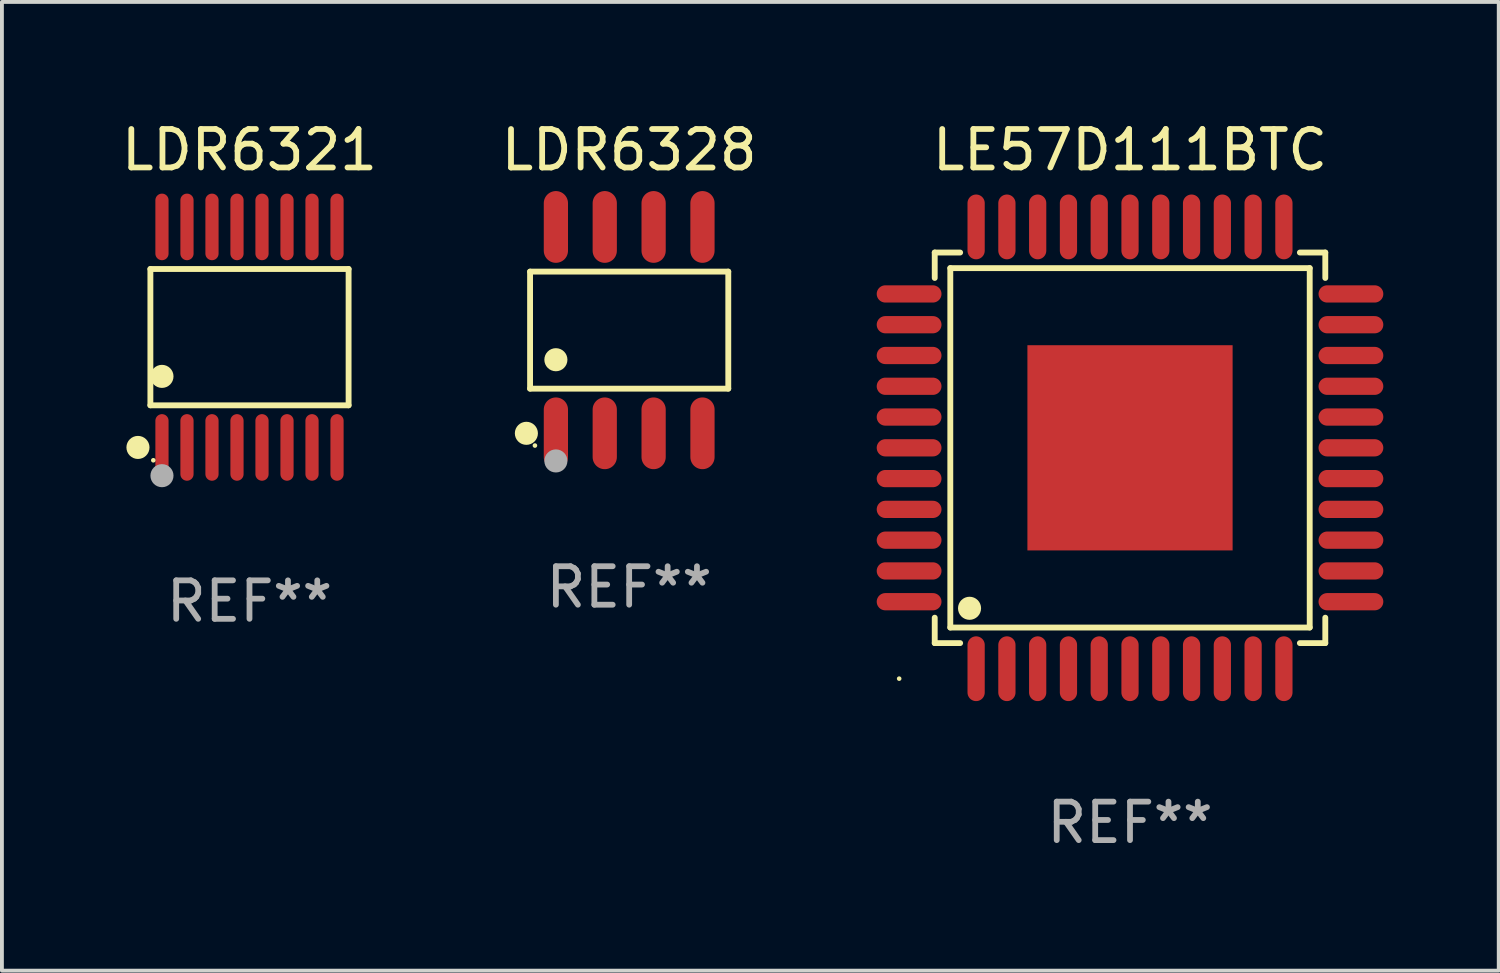
<source format=kicad_pcb>
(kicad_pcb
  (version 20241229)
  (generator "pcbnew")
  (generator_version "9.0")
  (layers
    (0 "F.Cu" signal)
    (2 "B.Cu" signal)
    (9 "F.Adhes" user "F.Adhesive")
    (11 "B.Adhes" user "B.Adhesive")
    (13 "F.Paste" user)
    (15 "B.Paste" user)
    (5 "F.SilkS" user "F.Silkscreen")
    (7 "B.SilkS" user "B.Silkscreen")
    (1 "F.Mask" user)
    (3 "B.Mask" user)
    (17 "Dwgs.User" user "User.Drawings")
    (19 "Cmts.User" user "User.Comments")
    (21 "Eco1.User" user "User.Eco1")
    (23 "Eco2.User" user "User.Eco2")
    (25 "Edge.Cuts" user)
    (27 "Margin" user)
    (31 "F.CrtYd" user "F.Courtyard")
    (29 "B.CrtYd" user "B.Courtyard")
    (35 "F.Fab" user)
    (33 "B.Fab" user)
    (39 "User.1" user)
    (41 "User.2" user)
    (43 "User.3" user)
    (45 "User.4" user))
  (footprint "LDR6321"
    (layer "F.Cu")
    (at 3.435 5.714)
    (property "Reference" "LDR6321" (at 0 -4.866 0) (layer "F.SilkS") (effects (font (size 1 1) (thickness 0.15))))
    (attr through_hole)
    (fp_line (start -2.576 -1.772) (end 2.576 -1.772) (stroke (width 0.152) (type solid)) (layer "F.SilkS"))
    (fp_line (start -2.576 1.771) (end -2.576 -1.772) (stroke (width 0.152) (type solid)) (layer "F.SilkS"))
    (fp_line (start 2.576 -1.772) (end 2.576 1.771) (stroke (width 0.152) (type solid)) (layer "F.SilkS"))
    (fp_line (start 2.576 1.771) (end -2.576 1.771) (stroke (width 0.152) (type solid)) (layer "F.SilkS"))
    (fp_circle (center -2.899 2.866) (end -2.749 2.866) (stroke (width 0.3) (type solid)) (fill no) (layer "F.SilkS"))
    (fp_circle (center -2.5 3.2) (end -2.47 3.2) (stroke (width 0.06) (type solid)) (fill no) (layer "F.SilkS"))
    (fp_circle (center -2.275 1.019) (end -2.125 1.019) (stroke (width 0.3) (type solid)) (fill no) (layer "F.SilkS"))
    (fp_circle (center -2.275 3.6) (end -2.125 3.6) (stroke (width 0.3) (type solid)) (fill no) (layer "F.Fab"))
    (fp_text user "REF**" (at 0 6.866 0) (layer "F.Fab") (effects (font (size 1 1) (thickness 0.15))))
    (pad "1" smd oval (at -2.275 2.866) (size 0.343 1.731) (layers "F.Cu" "F.Mask" "F.Paste"))
    (pad "2" smd oval (at -1.625 2.866) (size 0.343 1.731) (layers "F.Cu" "F.Mask" "F.Paste"))
    (pad "3" smd oval (at -0.975 2.866) (size 0.343 1.731) (layers "F.Cu" "F.Mask" "F.Paste"))
    (pad "4" smd oval (at -0.325 2.866) (size 0.343 1.731) (layers "F.Cu" "F.Mask" "F.Paste"))
    (pad "5" smd oval (at 0.325 2.866) (size 0.343 1.731) (layers "F.Cu" "F.Mask" "F.Paste"))
    (pad "6" smd oval (at 0.975 2.866) (size 0.343 1.731) (layers "F.Cu" "F.Mask" "F.Paste"))
    (pad "7" smd oval (at 1.625 2.866) (size 0.343 1.731) (layers "F.Cu" "F.Mask" "F.Paste"))
    (pad "8" smd oval (at 2.275 2.866) (size 0.343 1.731) (layers "F.Cu" "F.Mask" "F.Paste"))
    (pad "9" smd oval (at 2.275 -2.866) (size 0.343 1.731) (layers "F.Cu" "F.Mask" "F.Paste"))
    (pad "10" smd oval (at 1.625 -2.866) (size 0.343 1.731) (layers "F.Cu" "F.Mask" "F.Paste"))
    (pad "11" smd oval (at 0.975 -2.866) (size 0.343 1.731) (layers "F.Cu" "F.Mask" "F.Paste"))
    (pad "12" smd oval (at 0.325 -2.866) (size 0.343 1.731) (layers "F.Cu" "F.Mask" "F.Paste"))
    (pad "13" smd oval (at -0.325 -2.866) (size 0.343 1.731) (layers "F.Cu" "F.Mask" "F.Paste"))
    (pad "14" smd oval (at -0.975 -2.866) (size 0.343 1.731) (layers "F.Cu" "F.Mask" "F.Paste"))
    (pad "15" smd oval (at -1.625 -2.866) (size 0.343 1.731) (layers "F.Cu" "F.Mask" "F.Paste"))
    (pad "16" smd oval (at -2.275 -2.866) (size 0.343 1.731) (layers "F.Cu" "F.Mask" "F.Paste")))
  (footprint "LE57D111BTC"
    (layer "F.Cu")
    (at 26.322 8.59)
    (property "Reference" "LE57D111BTC" (at 0 -7.742 0) (layer "F.SilkS") (effects (font (size 1 1) (thickness 0.15))))
    (attr through_hole)
    (fp_line (start -5.076 -5.076) (end -4.415 -5.076) (stroke (width 0.152) (type solid)) (layer "F.SilkS"))
    (fp_line (start -5.076 -4.415) (end -5.076 -5.076) (stroke (width 0.152) (type solid)) (layer "F.SilkS"))
    (fp_line (start -5.076 4.415) (end -5.076 5.076) (stroke (width 0.152) (type solid)) (layer "F.SilkS"))
    (fp_line (start -5.076 5.076) (end -4.415 5.076) (stroke (width 0.152) (type solid)) (layer "F.SilkS"))
    (fp_line (start -4.671 -4.671) (end 4.671 -4.671) (stroke (width 0.152) (type solid)) (layer "F.SilkS"))
    (fp_line (start -4.671 4.671) (end -4.671 -4.671) (stroke (width 0.152) (type solid)) (layer "F.SilkS"))
    (fp_line (start 4.671 -4.671) (end 4.671 4.671) (stroke (width 0.152) (type solid)) (layer "F.SilkS"))
    (fp_line (start 4.671 4.671) (end -4.671 4.671) (stroke (width 0.152) (type solid)) (layer "F.SilkS"))
    (fp_line (start 5.076 -5.076) (end 4.415 -5.076) (stroke (width 0.152) (type solid)) (layer "F.SilkS"))
    (fp_line (start 5.076 -4.415) (end 5.076 -5.076) (stroke (width 0.152) (type solid)) (layer "F.SilkS"))
    (fp_line (start 5.076 4.415) (end 5.076 5.076) (stroke (width 0.152) (type solid)) (layer "F.SilkS"))
    (fp_line (start 5.076 5.076) (end 4.415 5.076) (stroke (width 0.152) (type solid)) (layer "F.SilkS"))
    (fp_circle (center -6 6) (end -5.97 6) (stroke (width 0.06) (type solid)) (fill no) (layer "F.SilkS"))
    (fp_circle (center -4.171 4.171) (end -4.021 4.171) (stroke (width 0.3) (type solid)) (fill no) (layer "F.SilkS"))
    (fp_text user "REF**" (at 0 9.742 0) (layer "F.Fab") (effects (font (size 1 1) (thickness 0.15))))
    (pad "1" smd oval (at -4 5.742) (size 0.448 1.684) (layers "F.Cu" "F.Mask" "F.Paste"))
    (pad "2" smd oval (at -3.2 5.742) (size 0.448 1.684) (layers "F.Cu" "F.Mask" "F.Paste"))
    (pad "3" smd oval (at -2.4 5.742) (size 0.448 1.684) (layers "F.Cu" "F.Mask" "F.Paste"))
    (pad "4" smd oval (at -1.6 5.742) (size 0.448 1.684) (layers "F.Cu" "F.Mask" "F.Paste"))
    (pad "5" smd oval (at -0.8 5.742) (size 0.448 1.684) (layers "F.Cu" "F.Mask" "F.Paste"))
    (pad "6" smd oval (at 0 5.742) (size 0.448 1.684) (layers "F.Cu" "F.Mask" "F.Paste"))
    (pad "7" smd oval (at 0.8 5.742) (size 0.448 1.684) (layers "F.Cu" "F.Mask" "F.Paste"))
    (pad "8" smd oval (at 1.6 5.742) (size 0.448 1.684) (layers "F.Cu" "F.Mask" "F.Paste"))
    (pad "9" smd oval (at 2.4 5.742) (size 0.448 1.684) (layers "F.Cu" "F.Mask" "F.Paste"))
    (pad "10" smd oval (at 3.2 5.742) (size 0.448 1.684) (layers "F.Cu" "F.Mask" "F.Paste"))
    (pad "11" smd oval (at 4 5.742) (size 0.448 1.684) (layers "F.Cu" "F.Mask" "F.Paste"))
    (pad "12" smd oval (at 5.742 4) (size 1.684 0.448) (layers "F.Cu" "F.Mask" "F.Paste"))
    (pad "13" smd oval (at 5.742 3.2) (size 1.684 0.448) (layers "F.Cu" "F.Mask" "F.Paste"))
    (pad "14" smd oval (at 5.742 2.4) (size 1.684 0.448) (layers "F.Cu" "F.Mask" "F.Paste"))
    (pad "15" smd oval (at 5.742 1.6) (size 1.684 0.448) (layers "F.Cu" "F.Mask" "F.Paste"))
    (pad "16" smd oval (at 5.742 0.8) (size 1.684 0.448) (layers "F.Cu" "F.Mask" "F.Paste"))
    (pad "17" smd oval (at 5.742 0) (size 1.684 0.448) (layers "F.Cu" "F.Mask" "F.Paste"))
    (pad "18" smd oval (at 5.742 -0.8) (size 1.684 0.448) (layers "F.Cu" "F.Mask" "F.Paste"))
    (pad "19" smd oval (at 5.742 -1.6) (size 1.684 0.448) (layers "F.Cu" "F.Mask" "F.Paste"))
    (pad "20" smd oval (at 5.742 -2.4) (size 1.684 0.448) (layers "F.Cu" "F.Mask" "F.Paste"))
    (pad "21" smd oval (at 5.742 -3.2) (size 1.684 0.448) (layers "F.Cu" "F.Mask" "F.Paste"))
    (pad "22" smd oval (at 5.742 -4) (size 1.684 0.448) (layers "F.Cu" "F.Mask" "F.Paste"))
    (pad "23" smd oval (at 4 -5.742) (size 0.448 1.684) (layers "F.Cu" "F.Mask" "F.Paste"))
    (pad "24" smd oval (at 3.2 -5.742) (size 0.448 1.684) (layers "F.Cu" "F.Mask" "F.Paste"))
    (pad "25" smd oval (at 2.4 -5.742) (size 0.448 1.684) (layers "F.Cu" "F.Mask" "F.Paste"))
    (pad "26" smd oval (at 1.6 -5.742) (size 0.448 1.684) (layers "F.Cu" "F.Mask" "F.Paste"))
    (pad "27" smd oval (at 0.8 -5.742) (size 0.448 1.684) (layers "F.Cu" "F.Mask" "F.Paste"))
    (pad "28" smd oval (at 0 -5.742) (size 0.448 1.684) (layers "F.Cu" "F.Mask" "F.Paste"))
    (pad "29" smd oval (at -0.8 -5.742) (size 0.448 1.684) (layers "F.Cu" "F.Mask" "F.Paste"))
    (pad "30" smd oval (at -1.6 -5.742) (size 0.448 1.684) (layers "F.Cu" "F.Mask" "F.Paste"))
    (pad "31" smd oval (at -2.4 -5.742) (size 0.448 1.684) (layers "F.Cu" "F.Mask" "F.Paste"))
    (pad "32" smd oval (at -3.2 -5.742) (size 0.448 1.684) (layers "F.Cu" "F.Mask" "F.Paste"))
    (pad "33" smd oval (at -4 -5.742) (size 0.448 1.684) (layers "F.Cu" "F.Mask" "F.Paste"))
    (pad "34" smd oval (at -5.742 -4) (size 1.684 0.448) (layers "F.Cu" "F.Mask" "F.Paste"))
    (pad "35" smd oval (at -5.742 -3.2) (size 1.684 0.448) (layers "F.Cu" "F.Mask" "F.Paste"))
    (pad "36" smd oval (at -5.742 -2.4) (size 1.684 0.448) (layers "F.Cu" "F.Mask" "F.Paste"))
    (pad "37" smd oval (at -5.742 -1.6) (size 1.684 0.448) (layers "F.Cu" "F.Mask" "F.Paste"))
    (pad "38" smd oval (at -5.742 -0.8) (size 1.684 0.448) (layers "F.Cu" "F.Mask" "F.Paste"))
    (pad "39" smd oval (at -5.742 0) (size 1.684 0.448) (layers "F.Cu" "F.Mask" "F.Paste"))
    (pad "40" smd oval (at -5.742 0.8) (size 1.684 0.448) (layers "F.Cu" "F.Mask" "F.Paste"))
    (pad "41" smd oval (at -5.742 1.6) (size 1.684 0.448) (layers "F.Cu" "F.Mask" "F.Paste"))
    (pad "42" smd oval (at -5.742 2.4) (size 1.684 0.448) (layers "F.Cu" "F.Mask" "F.Paste"))
    (pad "43" smd oval (at -5.742 3.2) (size 1.684 0.448) (layers "F.Cu" "F.Mask" "F.Paste"))
    (pad "44" smd oval (at -5.742 4) (size 1.684 0.448) (layers "F.Cu" "F.Mask" "F.Paste"))
    (pad "45" smd rect (at 0 0) (size 5.334 5.334) (layers "F.Cu" "F.Mask" "F.Paste")))
  (footprint "LDR6328"
    (layer "F.Cu")
    (at 13.304 5.531)
    (property "Reference" "LDR6328" (at 0 -4.682 0) (layer "F.SilkS") (effects (font (size 1 1) (thickness 0.15))))
    (attr through_hole)
    (fp_line (start -2.576 -1.521) (end 2.576 -1.521) (stroke (width 0.152) (type solid)) (layer "F.SilkS"))
    (fp_line (start -2.576 1.521) (end -2.576 -1.521) (stroke (width 0.152) (type solid)) (layer "F.SilkS"))
    (fp_line (start 2.576 -1.521) (end 2.576 1.521) (stroke (width 0.152) (type solid)) (layer "F.SilkS"))
    (fp_line (start 2.576 1.521) (end -2.576 1.521) (stroke (width 0.152) (type solid)) (layer "F.SilkS"))
    (fp_circle (center -2.672 2.682) (end -2.522 2.682) (stroke (width 0.3) (type solid)) (fill no) (layer "F.SilkS"))
    (fp_circle (center -2.45 3) (end -2.42 3) (stroke (width 0.06) (type solid)) (fill no) (layer "F.SilkS"))
    (fp_circle (center -1.905 0.769) (end -1.755 0.769) (stroke (width 0.3) (type solid)) (fill no) (layer "F.SilkS"))
    (fp_circle (center -1.905 3.4) (end -1.755 3.4) (stroke (width 0.3) (type solid)) (fill no) (layer "F.Fab"))
    (fp_text user "REF**" (at 0 6.682 0) (layer "F.Fab") (effects (font (size 1 1) (thickness 0.15))))
    (pad "1" smd oval (at -1.905 2.682) (size 0.63 1.865) (layers "F.Cu" "F.Mask" "F.Paste"))
    (pad "2" smd oval (at -0.635 2.682) (size 0.63 1.865) (layers "F.Cu" "F.Mask" "F.Paste"))
    (pad "3" smd oval (at 0.635 2.682) (size 0.63 1.865) (layers "F.Cu" "F.Mask" "F.Paste"))
    (pad "4" smd oval (at 1.905 2.682) (size 0.63 1.865) (layers "F.Cu" "F.Mask" "F.Paste"))
    (pad "5" smd oval (at 1.905 -2.682) (size 0.63 1.865) (layers "F.Cu" "F.Mask" "F.Paste"))
    (pad "6" smd oval (at 0.635 -2.682) (size 0.63 1.865) (layers "F.Cu" "F.Mask" "F.Paste"))
    (pad "7" smd oval (at -0.635 -2.682) (size 0.63 1.865) (layers "F.Cu" "F.Mask" "F.Paste"))
    (pad "8" smd oval (at -1.905 -2.682) (size 0.63 1.865) (layers "F.Cu" "F.Mask" "F.Paste")))
  (gr_rect
    (start -3 -3)
    (end 35.906 22.18)
    (stroke (width 0.1) (type default))
    (fill no)
    (layer "Edge.Cuts")))
</source>
